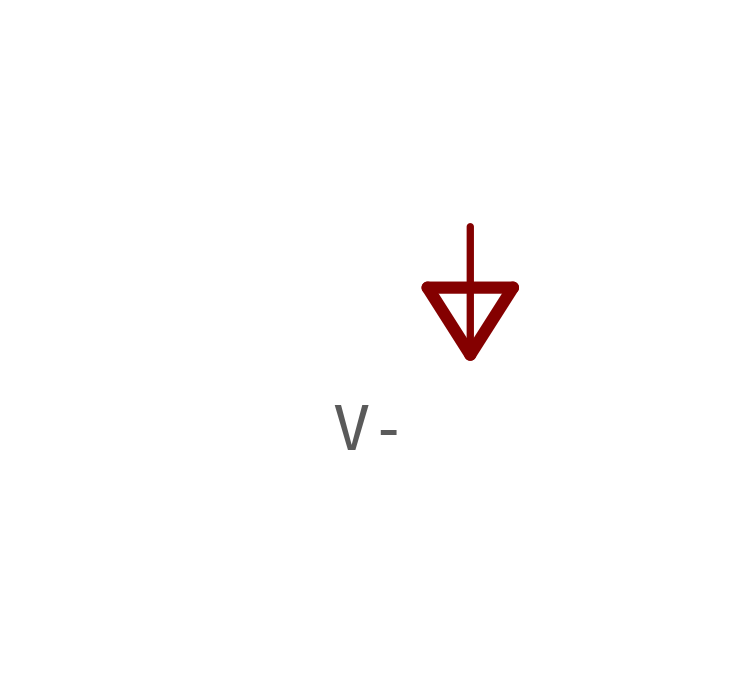
<source format=kicad_sym>
(kicad_symbol_lib
  (version 20241209)
  (generator "kicad_symbol_editor")
  (generator_version "9.0")
  (symbol "V-"
    (power)
    (property "Reference" "#P-"
      (at 0 0 0)
      (effects (font (size 1.27 1.27)) (hide yes)))
    (property "Value" ""
      (at -5.08 2.54 90)
      (effects (font (size 1.778 1.511)) (justify right top)))
    (property "ki_locked" ""
      (at 0 0 0)
      (effects (font (size 1.27 1.27))))
    (symbol "V-_1_0"
      (polyline (pts (xy -0.889 1.27) (xy 0 -0.127)) (stroke (width 0.254) (type solid)) (fill (type none)))
      (polyline (pts (xy -0.889 1.27) (xy 0.889 1.27)) (stroke (width 0.254) (type solid)) (fill (type none)))
      (polyline (pts (xy 0 -0.127) (xy 0.889 1.27)) (stroke (width 0.254) (type solid)) (fill (type none)))
      (pin power_in line (at 0 2.54 270) (length 2.54) (name "V-" (effects (font (size 0 0)))) (number "1" (effects (font (size 0 0))))))))
</source>
